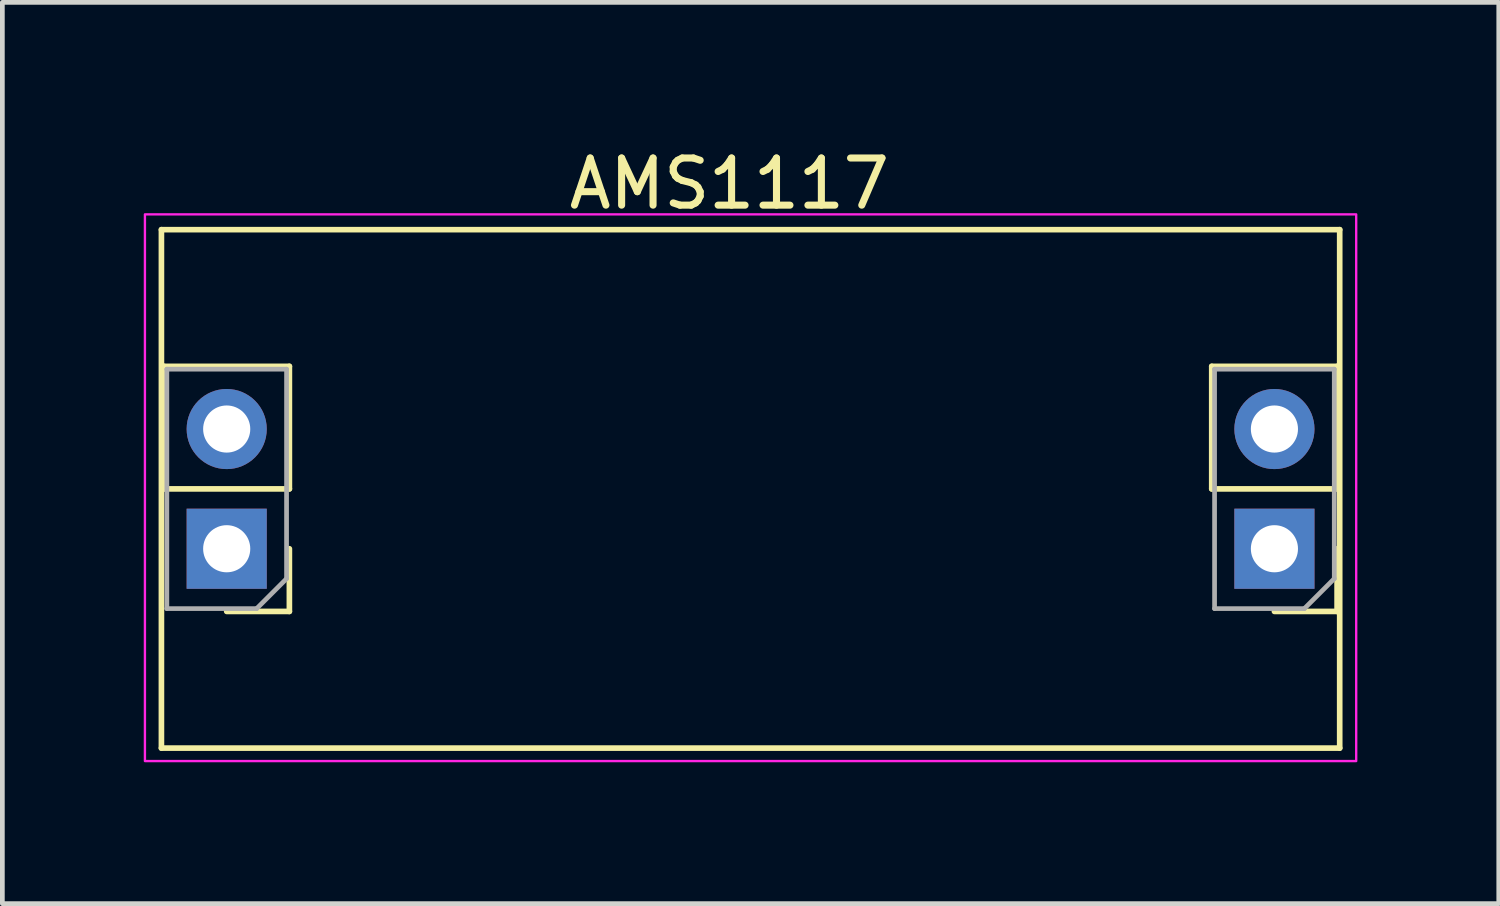
<source format=kicad_pcb>
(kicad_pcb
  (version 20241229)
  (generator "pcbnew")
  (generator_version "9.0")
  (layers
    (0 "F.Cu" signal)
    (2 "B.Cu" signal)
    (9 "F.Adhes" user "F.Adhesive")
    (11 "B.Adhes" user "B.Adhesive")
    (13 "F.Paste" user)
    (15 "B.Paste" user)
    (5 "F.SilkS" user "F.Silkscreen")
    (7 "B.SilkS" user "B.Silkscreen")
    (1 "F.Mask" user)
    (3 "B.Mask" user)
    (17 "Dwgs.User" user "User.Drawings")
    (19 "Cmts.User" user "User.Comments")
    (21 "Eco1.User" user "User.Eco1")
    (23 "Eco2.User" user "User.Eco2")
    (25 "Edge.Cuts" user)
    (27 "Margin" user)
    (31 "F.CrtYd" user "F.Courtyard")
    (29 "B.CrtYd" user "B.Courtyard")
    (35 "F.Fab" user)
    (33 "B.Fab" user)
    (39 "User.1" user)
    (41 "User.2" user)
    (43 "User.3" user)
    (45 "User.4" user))
  (footprint "AMS1117"
    (layer "F.Cu")
    (at 1.76 6.053)
    (property "Reference" "AMS1117" (at 10.665 -5.205 0) (unlocked yes) (layer "F.SilkS") (effects (font (size 1 1) (thickness 0.15))))
    (attr through_hole)
    (fp_line (start -1.385 -4.23) (end -1.385 6.77) (stroke (width 0.12) (type solid)) (layer "F.SilkS"))
    (fp_line (start -1.385 6.77) (end 23.615 6.77) (stroke (width 0.12) (type solid)) (layer "F.SilkS"))
    (fp_line (start -1.33 1.27) (end -1.33 -1.33) (stroke (width 0.12) (type solid)) (layer "F.SilkS"))
    (fp_line (start 1.33 -1.33) (end -1.33 -1.33) (stroke (width 0.12) (type solid)) (layer "F.SilkS"))
    (fp_line (start 1.33 1.27) (end -1.33 1.27) (stroke (width 0.12) (type solid)) (layer "F.SilkS"))
    (fp_line (start 1.33 1.27) (end 1.33 -1.33) (stroke (width 0.12) (type solid)) (layer "F.SilkS"))
    (fp_line (start 1.33 2.54) (end 1.33 3.87) (stroke (width 0.12) (type solid)) (layer "F.SilkS"))
    (fp_line (start 1.33 3.87) (end 0 3.87) (stroke (width 0.12) (type solid)) (layer "F.SilkS"))
    (fp_line (start 20.9 1.27) (end 20.9 -1.33) (stroke (width 0.12) (type solid)) (layer "F.SilkS"))
    (fp_line (start 23.56 -1.33) (end 20.9 -1.33) (stroke (width 0.12) (type solid)) (layer "F.SilkS"))
    (fp_line (start 23.56 1.27) (end 20.9 1.27) (stroke (width 0.12) (type solid)) (layer "F.SilkS"))
    (fp_line (start 23.56 1.27) (end 23.56 -1.33) (stroke (width 0.12) (type solid)) (layer "F.SilkS"))
    (fp_line (start 23.56 2.54) (end 23.56 3.87) (stroke (width 0.12) (type solid)) (layer "F.SilkS"))
    (fp_line (start 23.56 3.87) (end 22.23 3.87) (stroke (width 0.12) (type solid)) (layer "F.SilkS"))
    (fp_line (start 23.615 -4.23) (end -1.385 -4.23) (stroke (width 0.12) (type solid)) (layer "F.SilkS"))
    (fp_line (start 23.615 6.77) (end 23.615 -4.23) (stroke (width 0.12) (type solid)) (layer "F.SilkS"))
    (fp_rect (start -1.735 -4.555) (end 23.965 7.045) (stroke (width 0.05) (type solid)) (fill no) (layer "F.CrtYd"))
    (fp_line (start -1.27 -1.27) (end 1.27 -1.27) (stroke (width 0.1) (type solid)) (layer "F.Fab"))
    (fp_line (start -1.27 3.81) (end -1.27 -1.27) (stroke (width 0.1) (type solid)) (layer "F.Fab"))
    (fp_line (start 0.635 3.81) (end -1.27 3.81) (stroke (width 0.1) (type solid)) (layer "F.Fab"))
    (fp_line (start 1.27 -1.27) (end 1.27 3.175) (stroke (width 0.1) (type solid)) (layer "F.Fab"))
    (fp_line (start 1.27 3.175) (end 0.635 3.81) (stroke (width 0.1) (type solid)) (layer "F.Fab"))
    (fp_line (start 20.96 -1.27) (end 23.5 -1.27) (stroke (width 0.1) (type solid)) (layer "F.Fab"))
    (fp_line (start 20.96 3.81) (end 20.96 -1.27) (stroke (width 0.1) (type solid)) (layer "F.Fab"))
    (fp_line (start 22.865 3.81) (end 20.96 3.81) (stroke (width 0.1) (type solid)) (layer "F.Fab"))
    (fp_line (start 23.5 -1.27) (end 23.5 3.175) (stroke (width 0.1) (type solid)) (layer "F.Fab"))
    (fp_line (start 23.5 3.175) (end 22.865 3.81) (stroke (width 0.1) (type solid)) (layer "F.Fab"))
    (pad "1" thru_hole oval (at 0 0 180) (size 1.7 1.7) (drill 1) (layers "*.Cu" "*.Mask"))
    (pad "2" thru_hole rect (at 0 2.54 180) (size 1.7 1.7) (drill 1) (layers "*.Cu" "*.Mask"))
    (pad "3" thru_hole rect (at 22.23 2.54 180) (size 1.7 1.7) (drill 1) (layers "*.Cu" "*.Mask"))
    (pad "4" thru_hole oval (at 22.23 0 180) (size 1.7 1.7) (drill 1) (layers "*.Cu" "*.Mask")))
  (gr_rect
    (start -3 -3)
    (end 28.75 16.123)
    (stroke (width 0.1) (type default))
    (fill no)
    (layer "Edge.Cuts")))
</source>
